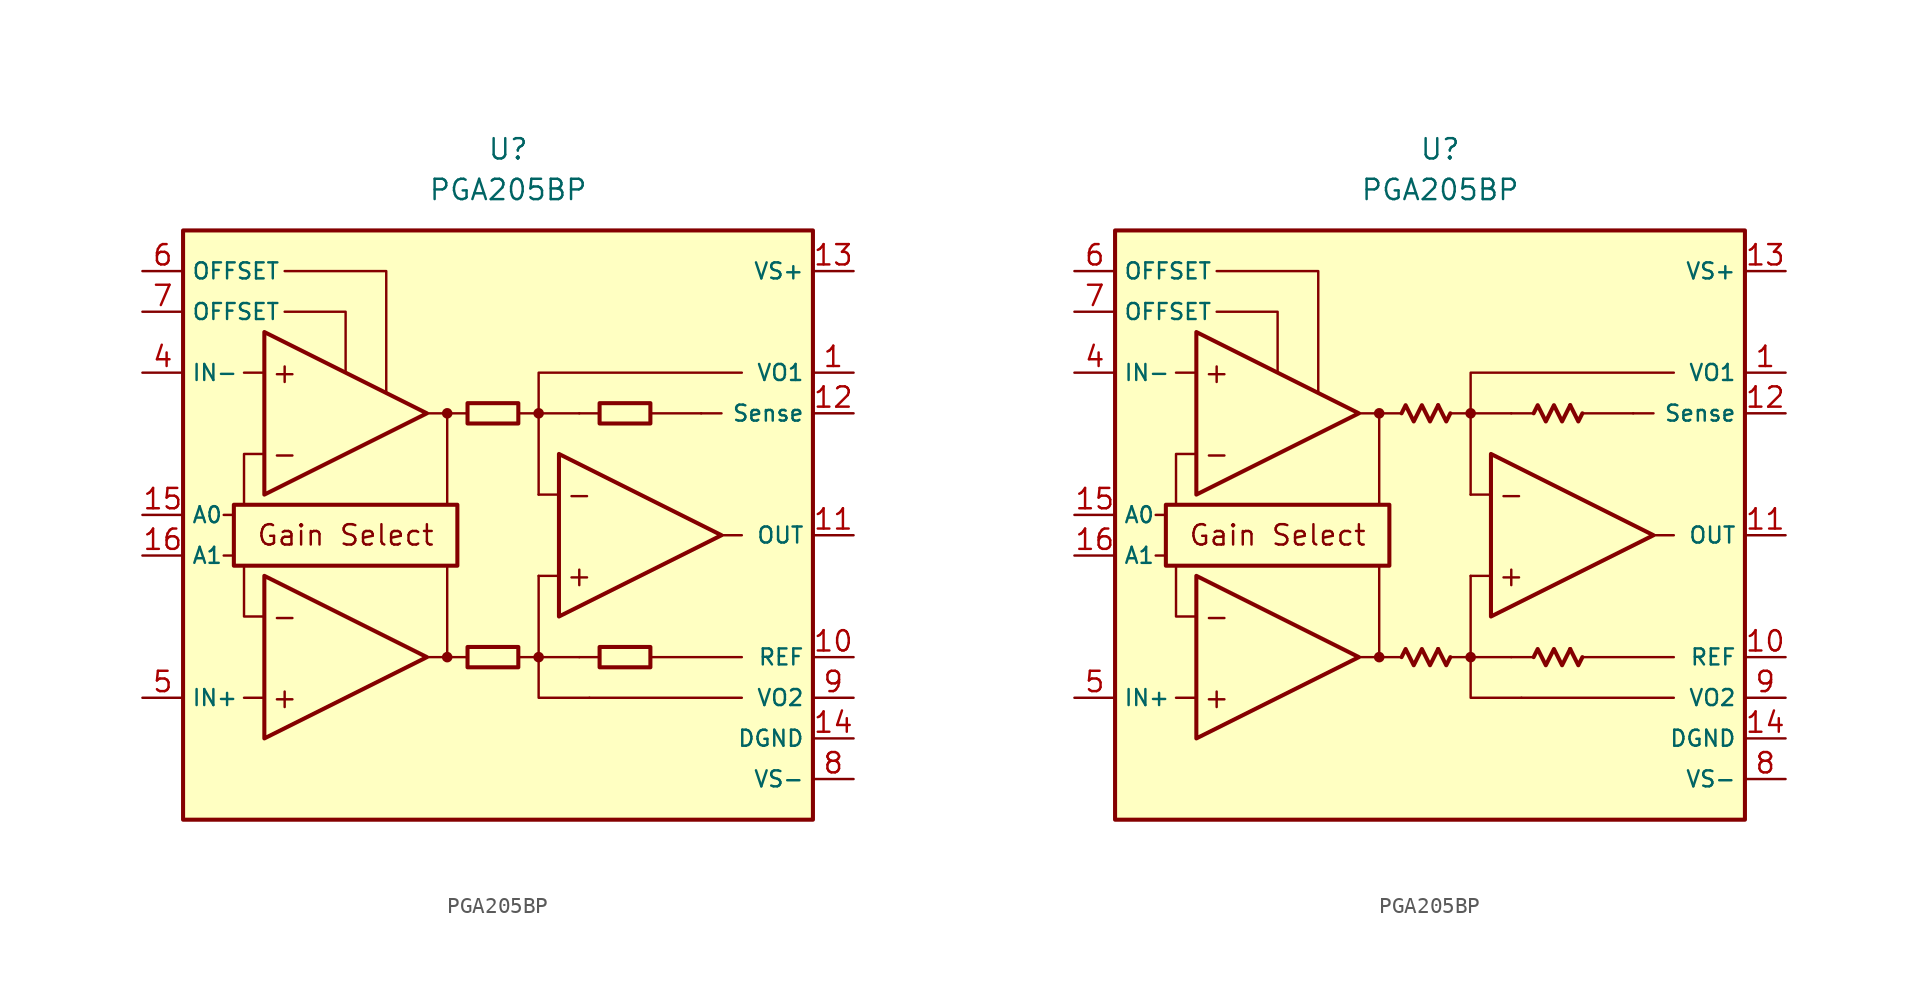
<source format=kicad_sym>
(kicad_symbol_lib
  (version 20231120)
  (generator "kicad_symbol_editor")
  (generator_version "8.0")
  (symbol "PGA205BP"
    (property "Reference" "U"
      (at 0 22.86 0)
      (effects (font (size 1.27 1.27))))
    (property "Value" "PGA205BP"
      (at 0 20.32 0)
      (effects (font (size 1.27 1.27))))
    (symbol "PGA205BP_0_0"
      (rectangle (start -20.32 17.78) (end 19.05 -19.05) (stroke (width 0.254) (type default)) (fill (type background)))
      (rectangle (start -17.145 0.635) (end -3.175 -3.175) (stroke (width 0.254) (type default)) (fill (type none)))
      (circle (center -3.81 -8.89) (radius 0.254) (stroke (width 0.152) (type default)) (fill (type outline)))
      (circle (center -3.81 6.35) (radius 0.254) (stroke (width 0.152) (type default)) (fill (type outline)))
      (polyline (pts (xy -1.27 -8.89)) (stroke (width 0.152) (type default)) (fill (type none)))
      (polyline (pts (xy -1.27 6.35)) (stroke (width 0.152) (type default)) (fill (type none)))
      (polyline (pts (xy 5.715 6.35)) (stroke (width 0.152) (type default)) (fill (type none)))
      (polyline (pts (xy -17.145 -2.54) (xy -17.78 -2.54)) (stroke (width 0.152) (type default)) (fill (type none)))
      (polyline (pts (xy -17.145 0) (xy -17.78 0)) (stroke (width 0.152) (type default)) (fill (type none)))
      (polyline (pts (xy -15.24 -11.43) (xy -16.51 -11.43)) (stroke (width 0.152) (type default)) (fill (type none)))
      (polyline (pts (xy -15.24 8.89) (xy -16.51 8.89)) (stroke (width 0.152) (type default)) (fill (type none)))
      (polyline (pts (xy -5.08 -8.89) (xy -2.54 -8.89)) (stroke (width 0.152) (type default)) (fill (type none)))
      (polyline (pts (xy -5.08 6.35) (xy -2.54 6.35)) (stroke (width 0.152) (type default)) (fill (type none)))
      (polyline (pts (xy -3.81 -8.89) (xy -3.81 -3.175)) (stroke (width 0.152) (type default)) (fill (type none)))
      (polyline (pts (xy -3.81 0.635) (xy -3.81 6.35)) (stroke (width 0.152) (type default)) (fill (type none)))
      (polyline (pts (xy 0.635 -8.89) (xy 1.905 -8.89)) (stroke (width 0.152) (type default)) (fill (type none)))
      (polyline (pts (xy 0.635 6.35) (xy 1.905 6.35)) (stroke (width 0.152) (type default)) (fill (type none)))
      (polyline (pts (xy 3.175 -3.81) (xy 1.905 -3.81)) (stroke (width 0.152) (type default)) (fill (type none)))
      (polyline (pts (xy 3.175 1.27) (xy 1.905 1.27)) (stroke (width 0.152) (type default)) (fill (type none)))
      (polyline (pts (xy 4.445 -8.89) (xy 1.905 -8.89)) (stroke (width 0.152) (type default)) (fill (type none)))
      (polyline (pts (xy 4.445 -8.89) (xy 5.715 -8.89)) (stroke (width 0.152) (type default)) (fill (type none)))
      (polyline (pts (xy 4.445 6.35) (xy 1.905 6.35)) (stroke (width 0.152) (type default)) (fill (type none)))
      (polyline (pts (xy 4.445 6.35) (xy 5.715 6.35)) (stroke (width 0.152) (type default)) (fill (type none)))
      (polyline (pts (xy 8.89 -8.89) (xy 14.605 -8.89)) (stroke (width 0.152) (type default)) (fill (type none)))
      (polyline (pts (xy 8.89 6.35) (xy 12.065 6.35)) (stroke (width 0.152) (type default)) (fill (type none)))
      (polyline (pts (xy 12.065 6.35) (xy 13.335 6.35)) (stroke (width 0.152) (type default)) (fill (type none)))
      (polyline (pts (xy 13.335 -1.27) (xy 14.605 -1.27)) (stroke (width 0.152) (type default)) (fill (type none)))
      (polyline (pts (xy 14.605 -11.43) (xy 5.08 -11.43)) (stroke (width 0.152) (type default)) (fill (type none)))
      (polyline (pts (xy -16.51 -3.175) (xy -16.51 -6.35) (xy -15.24 -6.35)) (stroke (width 0.152) (type default)) (fill (type none)))
      (polyline (pts (xy -15.24 3.81) (xy -16.51 3.81) (xy -16.51 0.635)) (stroke (width 0.152) (type default)) (fill (type none)))
      (polyline (pts (xy -13.97 12.7) (xy -10.16 12.7) (xy -10.16 8.89)) (stroke (width 0.152) (type default)) (fill (type none)))
      (polyline (pts (xy -7.62 7.62) (xy -7.62 15.24) (xy -13.97 15.24)) (stroke (width 0.152) (type default)) (fill (type none)))
      (polyline (pts (xy 1.905 -3.81) (xy 1.905 -11.43) (xy 5.08 -11.43)) (stroke (width 0.152) (type default)) (fill (type none)))
      (polyline (pts (xy 14.605 8.89) (xy 1.905 8.89) (xy 1.905 1.27)) (stroke (width 0.152) (type default)) (fill (type none)))
      (circle (center 1.905 -8.89) (radius 0.254) (stroke (width 0.152) (type default)) (fill (type outline)))
      (circle (center 1.905 6.35) (radius 0.254) (stroke (width 0.152) (type default)) (fill (type outline)))
      (text "+" (at -13.97 -11.43 0) (effects (font (size 1.27 1.27))))
      (text "+" (at -13.97 8.89 0) (effects (font (size 1.27 1.27))))
      (text "+" (at 4.445 -3.81 0) (effects (font (size 1.27 1.27))))
      (text "-" (at -13.97 -6.35 0) (effects (font (size 1.27 1.27))))
      (text "-" (at -13.97 3.81 0) (effects (font (size 1.27 1.27))))
      (text "-" (at 4.445 1.27 0) (effects (font (size 1.27 1.27))))
      (text "Gain Select" (at -10.16 -1.27 0) (effects (font (size 1.27 1.27)))))
    (symbol "PGA205BP_0_1"
      (rectangle (start -2.54 -8.255) (end 0.635 -9.525) (stroke (width 0.254) (type default)) (fill (type none)))
      (rectangle (start -2.54 6.985) (end 0.635 5.715) (stroke (width 0.254) (type default)) (fill (type none)))
      (rectangle (start 5.715 -8.255) (end 8.89 -9.525) (stroke (width 0.254) (type default)) (fill (type none)))
      (rectangle (start 5.715 6.985) (end 8.89 5.715) (stroke (width 0.254) (type default)) (fill (type none))))
    (symbol "PGA205BP_0_2"
      (polyline (pts (xy -0.127 -8.382) (xy 0.381 -9.398) (xy 0.635 -8.89)) (stroke (width 0.254) (type default)) (fill (type none)))
      (polyline (pts (xy -0.127 6.858) (xy 0.381 5.842) (xy 0.635 6.35)) (stroke (width 0.254) (type default)) (fill (type none)))
      (polyline (pts (xy 8.128 -8.382) (xy 8.636 -9.398) (xy 8.89 -8.89)) (stroke (width 0.254) (type default)) (fill (type none)))
      (polyline (pts (xy 8.128 6.858) (xy 8.636 5.842) (xy 8.89 6.35)) (stroke (width 0.254) (type default)) (fill (type none)))
      (polyline (pts (xy -2.413 -8.89) (xy -2.159 -8.382) (xy -1.651 -9.398) (xy -1.143 -8.382) (xy -0.635 -9.398) (xy -0.127 -8.382)) (stroke (width 0.254) (type default)) (fill (type none)))
      (polyline (pts (xy -2.413 6.35) (xy -2.159 6.858) (xy -1.651 5.842) (xy -1.143 6.858) (xy -0.635 5.842) (xy -0.127 6.858)) (stroke (width 0.254) (type default)) (fill (type none)))
      (polyline (pts (xy 5.842 -8.89) (xy 6.096 -8.382) (xy 6.604 -9.398) (xy 7.112 -8.382) (xy 7.62 -9.398) (xy 8.128 -8.382)) (stroke (width 0.254) (type default)) (fill (type none)))
      (polyline (pts (xy 5.842 6.35) (xy 6.096 6.858) (xy 6.604 5.842) (xy 7.112 6.858) (xy 7.62 5.842) (xy 8.128 6.858)) (stroke (width 0.254) (type default)) (fill (type none))))
    (symbol "PGA205BP_1_0"
      (polyline (pts (xy -15.24 -3.81) (xy -15.24 -13.97) (xy -5.08 -8.89) (xy -15.24 -3.81)) (stroke (width 0.254) (type default)) (fill (type background)))
      (polyline (pts (xy -15.24 11.43) (xy -15.24 1.27) (xy -5.08 6.35) (xy -15.24 11.43)) (stroke (width 0.254) (type default)) (fill (type background)))
      (polyline (pts (xy 3.175 3.81) (xy 3.175 -6.35) (xy 13.335 -1.27) (xy 3.175 3.81)) (stroke (width 0.254) (type default)) (fill (type background))))
    (symbol "PGA205BP_1_1"
      (pin passive line (at 21.59 8.89 180) (length 2.54) (name "VO1" (effects (font (size 1 1)))) (number "1" (effects (font (size 1.27 1.27)))))
      (pin passive line (at 21.59 -8.89 180) (length 2.54) (name "REF" (effects (font (size 1 1)))) (number "10" (effects (font (size 1.27 1.27)))))
      (pin output line (at 21.59 -1.27 180) (length 2.54) (name "OUT" (effects (font (size 1 1)))) (number "11" (effects (font (size 1.27 1.27)))))
      (pin passive line (at 21.59 6.35 180) (length 2.54) (name "Sense" (effects (font (size 1 1)))) (number "12" (effects (font (size 1.27 1.27)))))
      (pin power_in line (at 21.59 15.24 180) (length 2.54) (name "VS+" (effects (font (size 1 1)))) (number "13" (effects (font (size 1.27 1.27)))))
      (pin power_in line (at 21.59 -13.97 180) (length 2.54) (name "DGND" (effects (font (size 1 1)))) (number "14" (effects (font (size 1.27 1.27)))))
      (pin input line (at -22.86 0 0) (length 2.54) (name "A0" (effects (font (size 1 1)))) (number "15" (effects (font (size 1.27 1.27)))))
      (pin input line (at -22.86 -2.54 0) (length 2.54) (name "A1" (effects (font (size 1 1)))) (number "16" (effects (font (size 1.27 1.27)))))
      (pin free line (at -1.27 -12.7 0) (length 2.54) hide (name "NC" (effects (font (size 1.27 1.27)))) (number "2" (effects (font (size 1.27 1.27)))))
      (pin free line (at -1.27 -15.24 0) (length 2.54) hide (name "NC" (effects (font (size 1.27 1.27)))) (number "3" (effects (font (size 1.27 1.27)))))
      (pin input line (at -22.86 8.89 0) (length 2.54) (name "IN-" (effects (font (size 1 1)))) (number "4" (effects (font (size 1.27 1.27)))))
      (pin input line (at -22.86 -11.43 0) (length 2.54) (name "IN+" (effects (font (size 1 1)))) (number "5" (effects (font (size 1.27 1.27)))))
      (pin passive line (at -22.86 15.24 0) (length 2.54) (name "OFFSET" (effects (font (size 1 1)))) (number "6" (effects (font (size 1.27 1.27)))))
      (pin passive line (at -22.86 12.7 0) (length 2.54) (name "OFFSET" (effects (font (size 1 1)))) (number "7" (effects (font (size 1.27 1.27)))))
      (pin power_in line (at 21.59 -16.51 180) (length 2.54) (name "VS-" (effects (font (size 1 1)))) (number "8" (effects (font (size 1.27 1.27)))))
      (pin passive line (at 21.59 -11.43 180) (length 2.54) (name "VO2" (effects (font (size 1 1)))) (number "9" (effects (font (size 1.27 1.27))))))
    (symbol "PGA205BP_1_2"
      (pin passive line (at 21.59 8.89 180) (length 2.54) (name "VO1" (effects (font (size 1 1)))) (number "1" (effects (font (size 1.27 1.27)))))
      (pin passive line (at 21.59 -8.89 180) (length 2.54) (name "REF" (effects (font (size 1 1)))) (number "10" (effects (font (size 1.27 1.27)))))
      (pin output line (at 21.59 -1.27 180) (length 2.54) (name "OUT" (effects (font (size 1 1)))) (number "11" (effects (font (size 1.27 1.27)))))
      (pin passive line (at 21.59 6.35 180) (length 2.54) (name "Sense" (effects (font (size 1 1)))) (number "12" (effects (font (size 1.27 1.27)))))
      (pin power_in line (at 21.59 15.24 180) (length 2.54) (name "VS+" (effects (font (size 1 1)))) (number "13" (effects (font (size 1.27 1.27)))))
      (pin power_in line (at 21.59 -13.97 180) (length 2.54) (name "DGND" (effects (font (size 1 1)))) (number "14" (effects (font (size 1.27 1.27)))))
      (pin input line (at -22.86 0 0) (length 2.54) (name "A0" (effects (font (size 1 1)))) (number "15" (effects (font (size 1.27 1.27)))))
      (pin input line (at -22.86 -2.54 0) (length 2.54) (name "A1" (effects (font (size 1 1)))) (number "16" (effects (font (size 1.27 1.27)))))
      (pin free line (at -1.27 -12.7 0) (length 2.54) hide (name "NC" (effects (font (size 1.27 1.27)))) (number "2" (effects (font (size 1.27 1.27)))))
      (pin free line (at -1.27 -15.24 0) (length 2.54) hide (name "NC" (effects (font (size 1.27 1.27)))) (number "3" (effects (font (size 1.27 1.27)))))
      (pin input line (at -22.86 8.89 0) (length 2.54) (name "IN-" (effects (font (size 1 1)))) (number "4" (effects (font (size 1.27 1.27)))))
      (pin input line (at -22.86 -11.43 0) (length 2.54) (name "IN+" (effects (font (size 1 1)))) (number "5" (effects (font (size 1.27 1.27)))))
      (pin passive line (at -22.86 15.24 0) (length 2.54) (name "OFFSET" (effects (font (size 1 1)))) (number "6" (effects (font (size 1.27 1.27)))))
      (pin passive line (at -22.86 12.7 0) (length 2.54) (name "OFFSET" (effects (font (size 1 1)))) (number "7" (effects (font (size 1.27 1.27)))))
      (pin power_in line (at 21.59 -16.51 180) (length 2.54) (name "VS-" (effects (font (size 1 1)))) (number "8" (effects (font (size 1.27 1.27)))))
      (pin passive line (at 21.59 -11.43 180) (length 2.54) (name "VO2" (effects (font (size 1 1)))) (number "9" (effects (font (size 1.27 1.27))))))))
</source>
